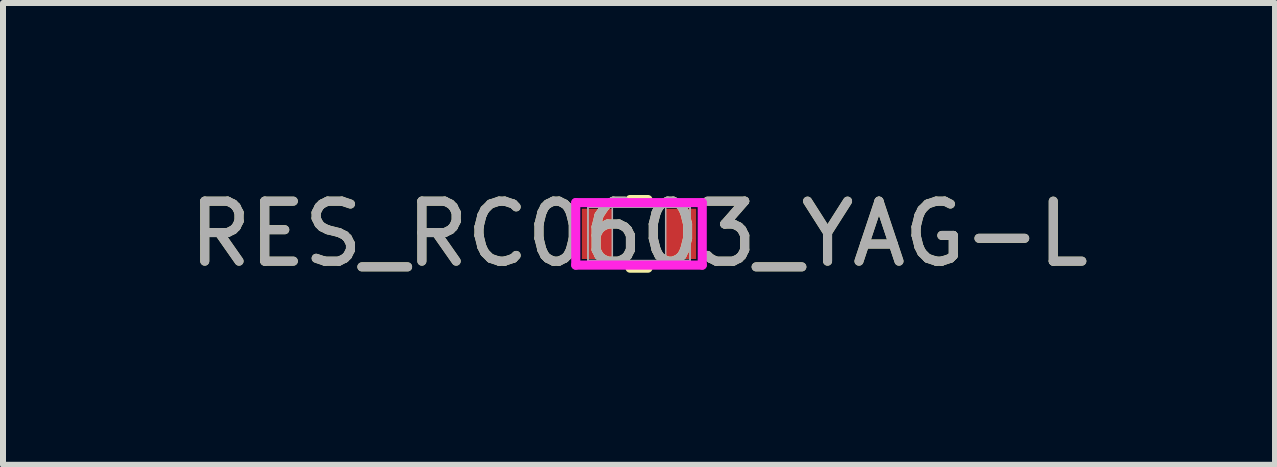
<source format=kicad_pcb>
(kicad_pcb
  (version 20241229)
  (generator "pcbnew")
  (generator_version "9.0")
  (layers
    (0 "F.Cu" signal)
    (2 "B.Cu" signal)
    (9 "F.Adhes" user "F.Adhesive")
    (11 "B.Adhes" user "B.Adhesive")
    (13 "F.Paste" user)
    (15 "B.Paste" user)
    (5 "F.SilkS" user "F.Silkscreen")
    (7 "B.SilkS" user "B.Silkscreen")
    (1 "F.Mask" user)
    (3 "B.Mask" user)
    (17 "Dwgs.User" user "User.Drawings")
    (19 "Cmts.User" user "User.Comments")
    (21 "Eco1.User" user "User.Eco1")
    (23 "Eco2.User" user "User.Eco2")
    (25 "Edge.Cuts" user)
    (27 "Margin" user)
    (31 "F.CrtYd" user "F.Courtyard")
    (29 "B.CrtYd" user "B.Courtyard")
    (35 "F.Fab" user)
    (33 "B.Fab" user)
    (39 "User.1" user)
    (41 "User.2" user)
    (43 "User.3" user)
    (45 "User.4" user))
  (footprint "RES_RC0603_YAG-L"
    (layer "F.Cu")
    (at 7.601 0.848)
    (property "Reference" "RES_RC0603_YAG-L" (at 0 0 0) (unlocked yes) (layer "F.SilkS") (effects (font (size 1 1) (thickness 0.15))))
    (attr smd)
    (fp_line (start -0.149 0.572) (end 0.149 0.572) (stroke (width 0.152) (type solid)) (layer "F.SilkS"))
    (fp_line (start 0.149 -0.572) (end -0.149 -0.572) (stroke (width 0.152) (type solid)) (layer "F.SilkS"))
    (fp_line (start -1.054 -0.521) (end 1.054 -0.521) (stroke (width 0.152) (type solid)) (layer "F.CrtYd"))
    (fp_line (start -1.054 0.521) (end -1.054 -0.521) (stroke (width 0.152) (type solid)) (layer "F.CrtYd"))
    (fp_line (start 1.054 -0.521) (end 1.054 0.521) (stroke (width 0.152) (type solid)) (layer "F.CrtYd"))
    (fp_line (start 1.054 0.521) (end -1.054 0.521) (stroke (width 0.152) (type solid)) (layer "F.CrtYd"))
    (fp_line (start -0.851 -0.445) (end -0.851 0.445) (stroke (width 0.025) (type solid)) (layer "F.Fab"))
    (fp_line (start -0.851 -0.445) (end -0.851 0.445) (stroke (width 0.025) (type solid)) (layer "F.Fab"))
    (fp_line (start -0.851 0.445) (end -0.445 0.445) (stroke (width 0.025) (type solid)) (layer "F.Fab"))
    (fp_line (start -0.851 0.445) (end 0.851 0.445) (stroke (width 0.025) (type solid)) (layer "F.Fab"))
    (fp_line (start -0.445 -0.445) (end -0.851 -0.445) (stroke (width 0.025) (type solid)) (layer "F.Fab"))
    (fp_line (start -0.445 0.445) (end -0.445 -0.445) (stroke (width 0.025) (type solid)) (layer "F.Fab"))
    (fp_line (start 0.445 -0.445) (end 0.445 0.445) (stroke (width 0.025) (type solid)) (layer "F.Fab"))
    (fp_line (start 0.445 0.445) (end 0.851 0.445) (stroke (width 0.025) (type solid)) (layer "F.Fab"))
    (fp_line (start 0.851 -0.445) (end -0.851 -0.445) (stroke (width 0.025) (type solid)) (layer "F.Fab"))
    (fp_line (start 0.851 -0.445) (end 0.445 -0.445) (stroke (width 0.025) (type solid)) (layer "F.Fab"))
    (fp_line (start 0.851 0.445) (end 0.851 -0.445) (stroke (width 0.025) (type solid)) (layer "F.Fab"))
    (fp_line (start 0.851 0.445) (end 0.851 -0.445) (stroke (width 0.025) (type solid)) (layer "F.Fab"))
    (fp_text user "${REFERENCE}" (at 0 0 0) (unlocked yes) (layer "F.Fab") (effects (font (size 1 1) (thickness 0.15))))
    (pad "1" smd rect (at -0.699 0) (size 0.508 0.838) (layers "F.Cu" "F.Mask" "F.Paste"))
    (pad "2" smd rect (at 0.699 0) (size 0.508 0.838) (layers "F.Cu" "F.Mask" "F.Paste"))
    (zone (net_name "") (layer "F.Cu") (hatch full 0.508) (connect_pads) (min_thickness 0.254) (filled_areas_thickness no) (keepout (tracks not_allowed) (vias not_allowed) (pads allowed) (copperpour not_allowed) (footprints allowed)) (placement (enabled no)) (fill) (polygon (pts (xy 7.207 0.455) (xy 7.995 0.455) (xy 7.995 1.242) (xy 7.207 1.242)))))
  (gr_rect
    (start -3 -3)
    (end 18.202 4.697)
    (stroke (width 0.1) (type default))
    (fill no)
    (layer "Edge.Cuts")))
</source>
